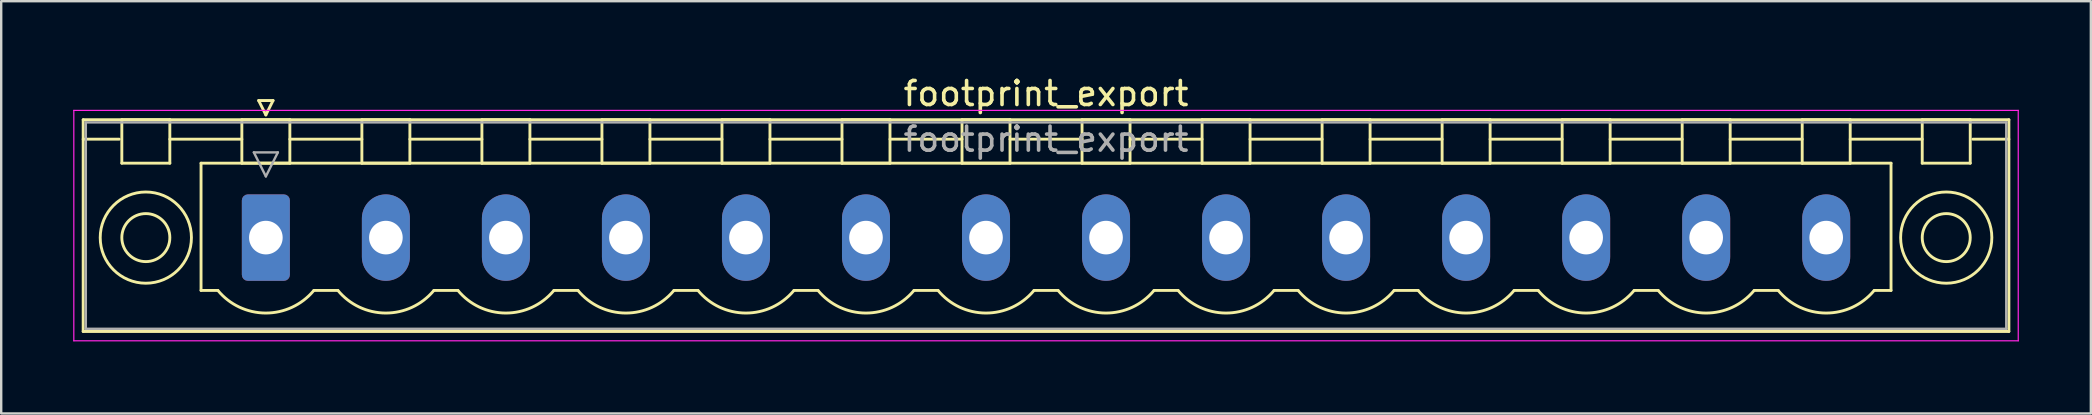
<source format=kicad_pcb>
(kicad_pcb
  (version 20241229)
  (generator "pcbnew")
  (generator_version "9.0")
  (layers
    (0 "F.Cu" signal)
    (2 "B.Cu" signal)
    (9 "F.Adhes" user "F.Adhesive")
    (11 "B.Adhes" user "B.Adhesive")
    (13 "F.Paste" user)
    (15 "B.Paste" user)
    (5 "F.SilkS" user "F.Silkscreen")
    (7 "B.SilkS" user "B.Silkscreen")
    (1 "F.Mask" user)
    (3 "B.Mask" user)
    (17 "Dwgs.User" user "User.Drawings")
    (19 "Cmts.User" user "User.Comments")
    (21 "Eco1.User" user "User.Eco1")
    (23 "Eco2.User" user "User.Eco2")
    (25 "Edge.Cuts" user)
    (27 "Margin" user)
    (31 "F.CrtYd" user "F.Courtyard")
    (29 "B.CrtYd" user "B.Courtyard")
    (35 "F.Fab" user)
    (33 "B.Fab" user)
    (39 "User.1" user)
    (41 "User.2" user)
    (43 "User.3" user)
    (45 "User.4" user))
  (footprint "footprint_export"
    (layer "F.Cu")
    (at 8.025 6.848)
    (property "Reference" "footprint_export" (at 32.5 -6 0) (layer "F.SilkS") (effects (font (size 1 1) (thickness 0.15))))
    (attr through_hole)
    (fp_line (start -7.61 -4.91) (end -7.61 3.91) (stroke (width 0.12) (type solid)) (layer "F.SilkS"))
    (fp_line (start -7.61 -4.1) (end -6.11 -4.1) (stroke (width 0.12) (type solid)) (layer "F.SilkS"))
    (fp_line (start -7.61 3.91) (end 72.61 3.91) (stroke (width 0.12) (type solid)) (layer "F.SilkS"))
    (fp_line (start -6 -4.91) (end -4 -4.91) (stroke (width 0.12) (type solid)) (layer "F.SilkS"))
    (fp_line (start -6 -3.1) (end -6 -4.91) (stroke (width 0.12) (type solid)) (layer "F.SilkS"))
    (fp_line (start -4 -4.91) (end -4 -3.1) (stroke (width 0.12) (type solid)) (layer "F.SilkS"))
    (fp_line (start -4 -4.1) (end -1 -4.1) (stroke (width 0.12) (type solid)) (layer "F.SilkS"))
    (fp_line (start -4 -3.1) (end -6 -3.1) (stroke (width 0.12) (type solid)) (layer "F.SilkS"))
    (fp_line (start -2.7 -3.1) (end 67.7 -3.1) (stroke (width 0.12) (type solid)) (layer "F.SilkS"))
    (fp_line (start -2.7 2.2) (end -2.7 -3.1) (stroke (width 0.12) (type solid)) (layer "F.SilkS"))
    (fp_line (start -2 2.2) (end -2.7 2.2) (stroke (width 0.12) (type solid)) (layer "F.SilkS"))
    (fp_line (start -1 -4.91) (end 1 -4.91) (stroke (width 0.12) (type solid)) (layer "F.SilkS"))
    (fp_line (start -1 -3.1) (end -1 -4.91) (stroke (width 0.12) (type solid)) (layer "F.SilkS"))
    (fp_line (start -0.3 -5.71) (end 0.3 -5.71) (stroke (width 0.12) (type solid)) (layer "F.SilkS"))
    (fp_line (start 0 -5.11) (end -0.3 -5.71) (stroke (width 0.12) (type solid)) (layer "F.SilkS"))
    (fp_line (start 0.3 -5.71) (end 0 -5.11) (stroke (width 0.12) (type solid)) (layer "F.SilkS"))
    (fp_line (start 1 -4.91) (end 1 -3.1) (stroke (width 0.12) (type solid)) (layer "F.SilkS"))
    (fp_line (start 1 -4.1) (end 4 -4.1) (stroke (width 0.12) (type solid)) (layer "F.SilkS"))
    (fp_line (start 1 -3.1) (end -1 -3.1) (stroke (width 0.12) (type solid)) (layer "F.SilkS"))
    (fp_line (start 2 2.2) (end 3 2.2) (stroke (width 0.12) (type solid)) (layer "F.SilkS"))
    (fp_line (start 4 -4.91) (end 6 -4.91) (stroke (width 0.12) (type solid)) (layer "F.SilkS"))
    (fp_line (start 4 -3.1) (end 4 -4.91) (stroke (width 0.12) (type solid)) (layer "F.SilkS"))
    (fp_line (start 6 -4.91) (end 6 -3.1) (stroke (width 0.12) (type solid)) (layer "F.SilkS"))
    (fp_line (start 6 -4.1) (end 9 -4.1) (stroke (width 0.12) (type solid)) (layer "F.SilkS"))
    (fp_line (start 6 -3.1) (end 4 -3.1) (stroke (width 0.12) (type solid)) (layer "F.SilkS"))
    (fp_line (start 7 2.2) (end 8 2.2) (stroke (width 0.12) (type solid)) (layer "F.SilkS"))
    (fp_line (start 9 -4.91) (end 11 -4.91) (stroke (width 0.12) (type solid)) (layer "F.SilkS"))
    (fp_line (start 9 -3.1) (end 9 -4.91) (stroke (width 0.12) (type solid)) (layer "F.SilkS"))
    (fp_line (start 11 -4.91) (end 11 -3.1) (stroke (width 0.12) (type solid)) (layer "F.SilkS"))
    (fp_line (start 11 -4.1) (end 14 -4.1) (stroke (width 0.12) (type solid)) (layer "F.SilkS"))
    (fp_line (start 11 -3.1) (end 9 -3.1) (stroke (width 0.12) (type solid)) (layer "F.SilkS"))
    (fp_line (start 12 2.2) (end 13 2.2) (stroke (width 0.12) (type solid)) (layer "F.SilkS"))
    (fp_line (start 14 -4.91) (end 16 -4.91) (stroke (width 0.12) (type solid)) (layer "F.SilkS"))
    (fp_line (start 14 -3.1) (end 14 -4.91) (stroke (width 0.12) (type solid)) (layer "F.SilkS"))
    (fp_line (start 16 -4.91) (end 16 -3.1) (stroke (width 0.12) (type solid)) (layer "F.SilkS"))
    (fp_line (start 16 -4.1) (end 19 -4.1) (stroke (width 0.12) (type solid)) (layer "F.SilkS"))
    (fp_line (start 16 -3.1) (end 14 -3.1) (stroke (width 0.12) (type solid)) (layer "F.SilkS"))
    (fp_line (start 17 2.2) (end 18 2.2) (stroke (width 0.12) (type solid)) (layer "F.SilkS"))
    (fp_line (start 19 -4.91) (end 21 -4.91) (stroke (width 0.12) (type solid)) (layer "F.SilkS"))
    (fp_line (start 19 -3.1) (end 19 -4.91) (stroke (width 0.12) (type solid)) (layer "F.SilkS"))
    (fp_line (start 21 -4.91) (end 21 -3.1) (stroke (width 0.12) (type solid)) (layer "F.SilkS"))
    (fp_line (start 21 -4.1) (end 24 -4.1) (stroke (width 0.12) (type solid)) (layer "F.SilkS"))
    (fp_line (start 21 -3.1) (end 19 -3.1) (stroke (width 0.12) (type solid)) (layer "F.SilkS"))
    (fp_line (start 22 2.2) (end 23 2.2) (stroke (width 0.12) (type solid)) (layer "F.SilkS"))
    (fp_line (start 24 -4.91) (end 26 -4.91) (stroke (width 0.12) (type solid)) (layer "F.SilkS"))
    (fp_line (start 24 -3.1) (end 24 -4.91) (stroke (width 0.12) (type solid)) (layer "F.SilkS"))
    (fp_line (start 26 -4.91) (end 26 -3.1) (stroke (width 0.12) (type solid)) (layer "F.SilkS"))
    (fp_line (start 26 -4.1) (end 29 -4.1) (stroke (width 0.12) (type solid)) (layer "F.SilkS"))
    (fp_line (start 26 -3.1) (end 24 -3.1) (stroke (width 0.12) (type solid)) (layer "F.SilkS"))
    (fp_line (start 27 2.2) (end 28 2.2) (stroke (width 0.12) (type solid)) (layer "F.SilkS"))
    (fp_line (start 29 -4.91) (end 31 -4.91) (stroke (width 0.12) (type solid)) (layer "F.SilkS"))
    (fp_line (start 29 -3.1) (end 29 -4.91) (stroke (width 0.12) (type solid)) (layer "F.SilkS"))
    (fp_line (start 31 -4.91) (end 31 -3.1) (stroke (width 0.12) (type solid)) (layer "F.SilkS"))
    (fp_line (start 31 -4.1) (end 34 -4.1) (stroke (width 0.12) (type solid)) (layer "F.SilkS"))
    (fp_line (start 31 -3.1) (end 29 -3.1) (stroke (width 0.12) (type solid)) (layer "F.SilkS"))
    (fp_line (start 32 2.2) (end 33 2.2) (stroke (width 0.12) (type solid)) (layer "F.SilkS"))
    (fp_line (start 34 -4.91) (end 36 -4.91) (stroke (width 0.12) (type solid)) (layer "F.SilkS"))
    (fp_line (start 34 -3.1) (end 34 -4.91) (stroke (width 0.12) (type solid)) (layer "F.SilkS"))
    (fp_line (start 36 -4.91) (end 36 -3.1) (stroke (width 0.12) (type solid)) (layer "F.SilkS"))
    (fp_line (start 36 -4.1) (end 39 -4.1) (stroke (width 0.12) (type solid)) (layer "F.SilkS"))
    (fp_line (start 36 -3.1) (end 34 -3.1) (stroke (width 0.12) (type solid)) (layer "F.SilkS"))
    (fp_line (start 37 2.2) (end 38 2.2) (stroke (width 0.12) (type solid)) (layer "F.SilkS"))
    (fp_line (start 39 -4.91) (end 41 -4.91) (stroke (width 0.12) (type solid)) (layer "F.SilkS"))
    (fp_line (start 39 -3.1) (end 39 -4.91) (stroke (width 0.12) (type solid)) (layer "F.SilkS"))
    (fp_line (start 41 -4.91) (end 41 -3.1) (stroke (width 0.12) (type solid)) (layer "F.SilkS"))
    (fp_line (start 41 -4.1) (end 44 -4.1) (stroke (width 0.12) (type solid)) (layer "F.SilkS"))
    (fp_line (start 41 -3.1) (end 39 -3.1) (stroke (width 0.12) (type solid)) (layer "F.SilkS"))
    (fp_line (start 42 2.2) (end 43 2.2) (stroke (width 0.12) (type solid)) (layer "F.SilkS"))
    (fp_line (start 44 -4.91) (end 46 -4.91) (stroke (width 0.12) (type solid)) (layer "F.SilkS"))
    (fp_line (start 44 -3.1) (end 44 -4.91) (stroke (width 0.12) (type solid)) (layer "F.SilkS"))
    (fp_line (start 46 -4.91) (end 46 -3.1) (stroke (width 0.12) (type solid)) (layer "F.SilkS"))
    (fp_line (start 46 -4.1) (end 49 -4.1) (stroke (width 0.12) (type solid)) (layer "F.SilkS"))
    (fp_line (start 46 -3.1) (end 44 -3.1) (stroke (width 0.12) (type solid)) (layer "F.SilkS"))
    (fp_line (start 47 2.2) (end 48 2.2) (stroke (width 0.12) (type solid)) (layer "F.SilkS"))
    (fp_line (start 49 -4.91) (end 51 -4.91) (stroke (width 0.12) (type solid)) (layer "F.SilkS"))
    (fp_line (start 49 -3.1) (end 49 -4.91) (stroke (width 0.12) (type solid)) (layer "F.SilkS"))
    (fp_line (start 51 -4.91) (end 51 -3.1) (stroke (width 0.12) (type solid)) (layer "F.SilkS"))
    (fp_line (start 51 -4.1) (end 54 -4.1) (stroke (width 0.12) (type solid)) (layer "F.SilkS"))
    (fp_line (start 51 -3.1) (end 49 -3.1) (stroke (width 0.12) (type solid)) (layer "F.SilkS"))
    (fp_line (start 52 2.2) (end 53 2.2) (stroke (width 0.12) (type solid)) (layer "F.SilkS"))
    (fp_line (start 54 -4.91) (end 56 -4.91) (stroke (width 0.12) (type solid)) (layer "F.SilkS"))
    (fp_line (start 54 -3.1) (end 54 -4.91) (stroke (width 0.12) (type solid)) (layer "F.SilkS"))
    (fp_line (start 56 -4.91) (end 56 -3.1) (stroke (width 0.12) (type solid)) (layer "F.SilkS"))
    (fp_line (start 56 -4.1) (end 59 -4.1) (stroke (width 0.12) (type solid)) (layer "F.SilkS"))
    (fp_line (start 56 -3.1) (end 54 -3.1) (stroke (width 0.12) (type solid)) (layer "F.SilkS"))
    (fp_line (start 57 2.2) (end 58 2.2) (stroke (width 0.12) (type solid)) (layer "F.SilkS"))
    (fp_line (start 59 -4.91) (end 61 -4.91) (stroke (width 0.12) (type solid)) (layer "F.SilkS"))
    (fp_line (start 59 -3.1) (end 59 -4.91) (stroke (width 0.12) (type solid)) (layer "F.SilkS"))
    (fp_line (start 61 -4.91) (end 61 -3.1) (stroke (width 0.12) (type solid)) (layer "F.SilkS"))
    (fp_line (start 61 -4.1) (end 64 -4.1) (stroke (width 0.12) (type solid)) (layer "F.SilkS"))
    (fp_line (start 61 -3.1) (end 59 -3.1) (stroke (width 0.12) (type solid)) (layer "F.SilkS"))
    (fp_line (start 62 2.2) (end 63 2.2) (stroke (width 0.12) (type solid)) (layer "F.SilkS"))
    (fp_line (start 64 -4.91) (end 66 -4.91) (stroke (width 0.12) (type solid)) (layer "F.SilkS"))
    (fp_line (start 64 -3.1) (end 64 -4.91) (stroke (width 0.12) (type solid)) (layer "F.SilkS"))
    (fp_line (start 66 -4.91) (end 66 -3.1) (stroke (width 0.12) (type solid)) (layer "F.SilkS"))
    (fp_line (start 66 -4.1) (end 69 -4.1) (stroke (width 0.12) (type solid)) (layer "F.SilkS"))
    (fp_line (start 66 -3.1) (end 64 -3.1) (stroke (width 0.12) (type solid)) (layer "F.SilkS"))
    (fp_line (start 67.7 -3.1) (end 67.7 2.2) (stroke (width 0.12) (type solid)) (layer "F.SilkS"))
    (fp_line (start 67.7 2.2) (end 67 2.2) (stroke (width 0.12) (type solid)) (layer "F.SilkS"))
    (fp_line (start 69 -4.91) (end 71 -4.91) (stroke (width 0.12) (type solid)) (layer "F.SilkS"))
    (fp_line (start 69 -3.1) (end 69 -4.91) (stroke (width 0.12) (type solid)) (layer "F.SilkS"))
    (fp_line (start 71 -4.91) (end 71 -3.1) (stroke (width 0.12) (type solid)) (layer "F.SilkS"))
    (fp_line (start 71 -3.1) (end 69 -3.1) (stroke (width 0.12) (type solid)) (layer "F.SilkS"))
    (fp_line (start 72.61 -4.91) (end -7.61 -4.91) (stroke (width 0.12) (type solid)) (layer "F.SilkS"))
    (fp_line (start 72.61 -4.1) (end 71.11 -4.1) (stroke (width 0.12) (type solid)) (layer "F.SilkS"))
    (fp_line (start 72.61 3.91) (end 72.61 -4.91) (stroke (width 0.12) (type solid)) (layer "F.SilkS"))
    (fp_arc (start 1.986842 2.215821) (mid -0.010289 3.142758) (end -2 2.2) (stroke (width 0.12) (type solid)) (layer "F.SilkS"))
    (fp_arc (start 6.986842 2.215821) (mid 4.989711 3.142758) (end 3 2.2) (stroke (width 0.12) (type solid)) (layer "F.SilkS"))
    (fp_arc (start 11.986842 2.215821) (mid 9.989711 3.142758) (end 8 2.2) (stroke (width 0.12) (type solid)) (layer "F.SilkS"))
    (fp_arc (start 16.986842 2.215821) (mid 14.989711 3.142758) (end 13 2.2) (stroke (width 0.12) (type solid)) (layer "F.SilkS"))
    (fp_arc (start 21.986842 2.215821) (mid 19.989711 3.142758) (end 18 2.2) (stroke (width 0.12) (type solid)) (layer "F.SilkS"))
    (fp_arc (start 26.986842 2.215821) (mid 24.989711 3.142758) (end 23 2.2) (stroke (width 0.12) (type solid)) (layer "F.SilkS"))
    (fp_arc (start 31.986842 2.215821) (mid 29.989711 3.142758) (end 28 2.2) (stroke (width 0.12) (type solid)) (layer "F.SilkS"))
    (fp_arc (start 36.986842 2.215821) (mid 34.989711 3.142758) (end 33 2.2) (stroke (width 0.12) (type solid)) (layer "F.SilkS"))
    (fp_arc (start 41.986842 2.215821) (mid 39.989711 3.142758) (end 38 2.2) (stroke (width 0.12) (type solid)) (layer "F.SilkS"))
    (fp_arc (start 46.986842 2.215821) (mid 44.989711 3.142758) (end 43 2.2) (stroke (width 0.12) (type solid)) (layer "F.SilkS"))
    (fp_arc (start 51.986842 2.215821) (mid 49.989711 3.142758) (end 48 2.2) (stroke (width 0.12) (type solid)) (layer "F.SilkS"))
    (fp_arc (start 56.986842 2.215821) (mid 54.989711 3.142758) (end 53 2.2) (stroke (width 0.12) (type solid)) (layer "F.SilkS"))
    (fp_arc (start 61.986842 2.215821) (mid 59.989711 3.142758) (end 58 2.2) (stroke (width 0.12) (type solid)) (layer "F.SilkS"))
    (fp_arc (start 66.986842 2.215821) (mid 64.989711 3.142758) (end 63 2.2) (stroke (width 0.12) (type solid)) (layer "F.SilkS"))
    (fp_circle (center -5 0) (end -4 0) (stroke (width 0.12) (type solid)) (fill no) (layer "F.SilkS"))
    (fp_circle (center -5 0) (end -3.1 0) (stroke (width 0.12) (type solid)) (fill no) (layer "F.SilkS"))
    (fp_circle (center 70 0) (end 71 0) (stroke (width 0.12) (type solid)) (fill no) (layer "F.SilkS"))
    (fp_circle (center 70 0) (end 71.9 0) (stroke (width 0.12) (type solid)) (fill no) (layer "F.SilkS"))
    (fp_line (start -8 -5.3) (end -8 4.3) (stroke (width 0.05) (type solid)) (layer "F.CrtYd"))
    (fp_line (start -8 4.3) (end 73 4.3) (stroke (width 0.05) (type solid)) (layer "F.CrtYd"))
    (fp_line (start 73 -5.3) (end -8 -5.3) (stroke (width 0.05) (type solid)) (layer "F.CrtYd"))
    (fp_line (start 73 4.3) (end 73 -5.3) (stroke (width 0.05) (type solid)) (layer "F.CrtYd"))
    (fp_line (start -7.5 -4.8) (end -7.5 3.8) (stroke (width 0.1) (type solid)) (layer "F.Fab"))
    (fp_line (start -7.5 3.8) (end 72.5 3.8) (stroke (width 0.1) (type solid)) (layer "F.Fab"))
    (fp_line (start -0.5 -3.55) (end 0.5 -3.55) (stroke (width 0.1) (type solid)) (layer "F.Fab"))
    (fp_line (start 0 -2.55) (end -0.5 -3.55) (stroke (width 0.1) (type solid)) (layer "F.Fab"))
    (fp_line (start 0.5 -3.55) (end 0 -2.55) (stroke (width 0.1) (type solid)) (layer "F.Fab"))
    (fp_line (start 72.5 -4.8) (end -7.5 -4.8) (stroke (width 0.1) (type solid)) (layer "F.Fab"))
    (fp_line (start 72.5 3.8) (end 72.5 -4.8) (stroke (width 0.1) (type solid)) (layer "F.Fab"))
    (fp_text user "${REFERENCE}" (at 32.5 -4.1 0) (layer "F.Fab") (effects (font (size 1 1) (thickness 0.15))))
    (pad "1" thru_hole roundrect (at 0 0) (size 2 3.6) (drill 1.4) (layers "*.Cu" "*.Mask") (roundrect_rratio 0.125))
    (pad "2" thru_hole oval (at 5 0) (size 2 3.6) (drill 1.4) (layers "*.Cu" "*.Mask"))
    (pad "3" thru_hole oval (at 10 0) (size 2 3.6) (drill 1.4) (layers "*.Cu" "*.Mask"))
    (pad "4" thru_hole oval (at 15 0) (size 2 3.6) (drill 1.4) (layers "*.Cu" "*.Mask"))
    (pad "5" thru_hole oval (at 20 0) (size 2 3.6) (drill 1.4) (layers "*.Cu" "*.Mask"))
    (pad "6" thru_hole oval (at 25 0) (size 2 3.6) (drill 1.4) (layers "*.Cu" "*.Mask"))
    (pad "7" thru_hole oval (at 30 0) (size 2 3.6) (drill 1.4) (layers "*.Cu" "*.Mask"))
    (pad "8" thru_hole oval (at 35 0) (size 2 3.6) (drill 1.4) (layers "*.Cu" "*.Mask"))
    (pad "9" thru_hole oval (at 40 0) (size 2 3.6) (drill 1.4) (layers "*.Cu" "*.Mask"))
    (pad "10" thru_hole oval (at 45 0) (size 2 3.6) (drill 1.4) (layers "*.Cu" "*.Mask"))
    (pad "11" thru_hole oval (at 50 0) (size 2 3.6) (drill 1.4) (layers "*.Cu" "*.Mask"))
    (pad "12" thru_hole oval (at 55 0) (size 2 3.6) (drill 1.4) (layers "*.Cu" "*.Mask"))
    (pad "13" thru_hole oval (at 60 0) (size 2 3.6) (drill 1.4) (layers "*.Cu" "*.Mask"))
    (pad "14" thru_hole oval (at 65 0) (size 2 3.6) (drill 1.4) (layers "*.Cu" "*.Mask")))
  (gr_rect
    (start -3 -3)
    (end 84.05 14.173)
    (stroke (width 0.1) (type default))
    (fill no)
    (layer "Edge.Cuts")))
</source>
